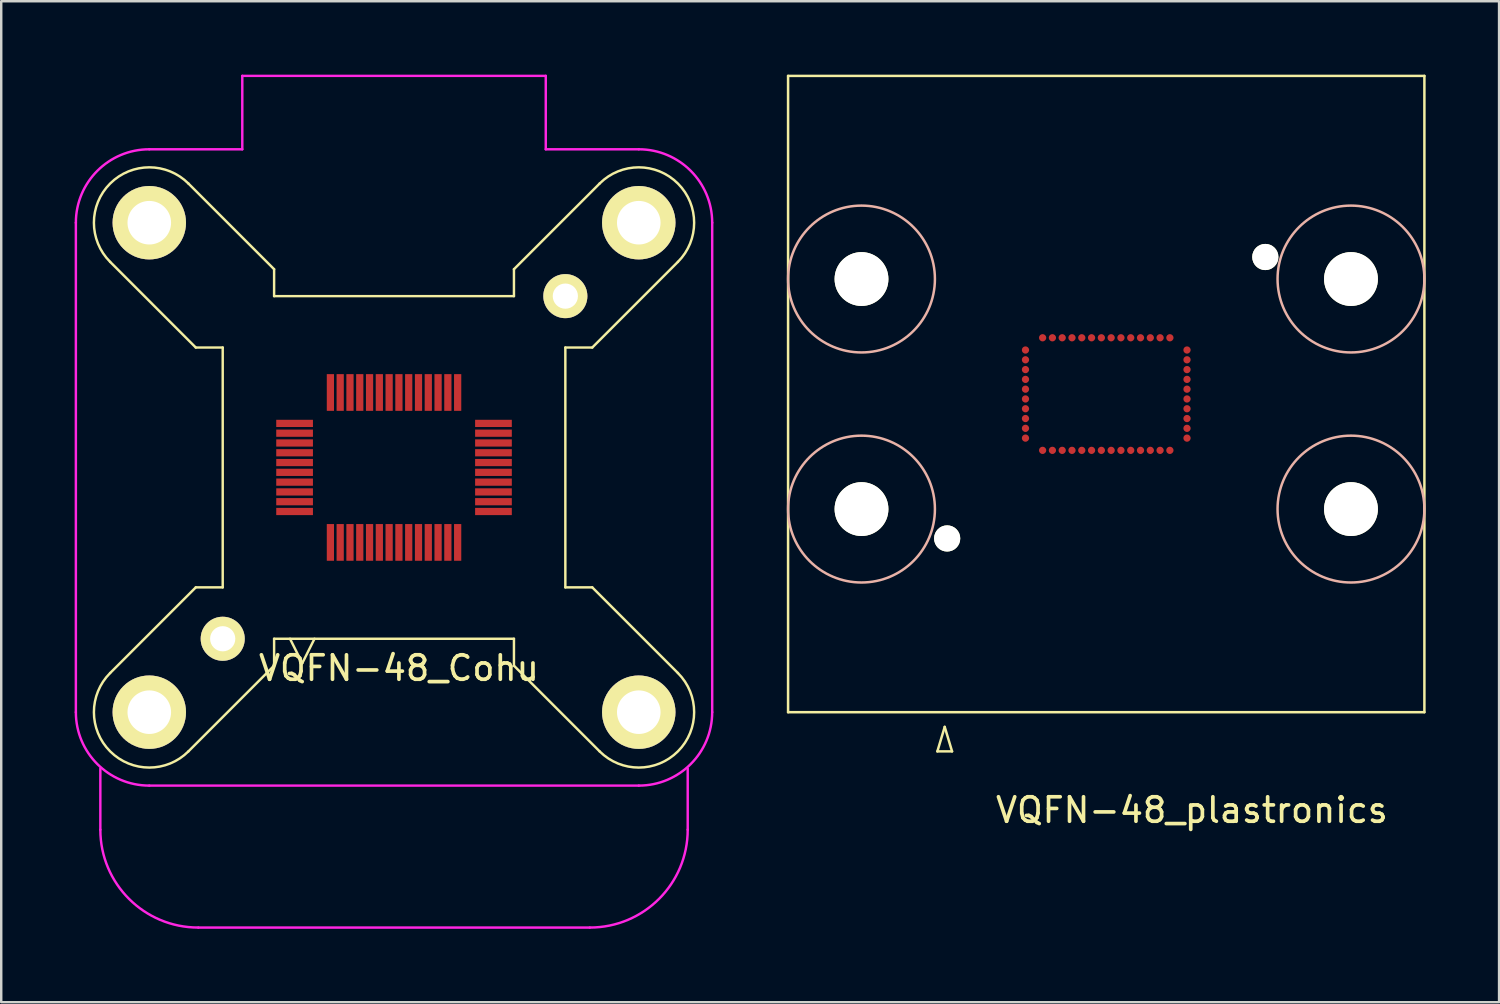
<source format=kicad_pcb>
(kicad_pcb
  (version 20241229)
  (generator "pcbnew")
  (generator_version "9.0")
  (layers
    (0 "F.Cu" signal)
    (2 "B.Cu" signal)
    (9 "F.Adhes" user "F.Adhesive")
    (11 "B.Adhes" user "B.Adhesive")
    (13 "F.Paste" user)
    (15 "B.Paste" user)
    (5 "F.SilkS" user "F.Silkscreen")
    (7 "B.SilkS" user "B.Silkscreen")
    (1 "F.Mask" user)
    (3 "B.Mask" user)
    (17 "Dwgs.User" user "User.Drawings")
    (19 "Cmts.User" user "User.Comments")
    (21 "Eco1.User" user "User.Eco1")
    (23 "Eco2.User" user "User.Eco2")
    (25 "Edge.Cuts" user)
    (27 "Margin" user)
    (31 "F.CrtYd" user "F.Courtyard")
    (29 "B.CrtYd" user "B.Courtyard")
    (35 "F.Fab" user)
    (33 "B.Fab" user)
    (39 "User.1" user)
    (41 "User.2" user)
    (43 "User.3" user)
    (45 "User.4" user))
  (footprint "VQFN-48_Cohu"
    (layer "F.Cu")
    (at 13.05 16.05)
    (property "Reference" "VQFN-48_Cohu" (at 0.2 8.2 0) (layer "F.SilkS") (effects (font (size 1 1) (thickness 0.15))))
    (attr through_hole)
    (fp_line (start -11.6 -8.4) (end -8.1 -4.9) (stroke (width 0.1) (type solid)) (layer "F.SilkS"))
    (fp_line (start -11.6 8.4) (end -8.1 4.9) (stroke (width 0.1) (type solid)) (layer "F.SilkS"))
    (fp_line (start -8.4 -11.6) (end -4.9 -8.1) (stroke (width 0.1) (type solid)) (layer "F.SilkS"))
    (fp_line (start -8.4 11.6) (end -4.9 8.1) (stroke (width 0.1) (type solid)) (layer "F.SilkS"))
    (fp_line (start -8.1 -4.9) (end -7 -4.9) (stroke (width 0.1) (type solid)) (layer "F.SilkS"))
    (fp_line (start -8.1 4.9) (end -7 4.9) (stroke (width 0.1) (type solid)) (layer "F.SilkS"))
    (fp_line (start -7 -4.9) (end -7 4.9) (stroke (width 0.1) (type solid)) (layer "F.SilkS"))
    (fp_line (start -4.9 -8.1) (end -4.9 -7) (stroke (width 0.1) (type solid)) (layer "F.SilkS"))
    (fp_line (start -4.9 -7) (end 4.9 -7) (stroke (width 0.1) (type solid)) (layer "F.SilkS"))
    (fp_line (start -4.9 8.1) (end -4.9 7) (stroke (width 0.1) (type solid)) (layer "F.SilkS"))
    (fp_line (start -4.25 7) (end -3.75 8) (stroke (width 0.1) (type solid)) (layer "F.SilkS"))
    (fp_line (start -3.75 8) (end -3.25 7) (stroke (width 0.1) (type solid)) (layer "F.SilkS"))
    (fp_line (start 4.9 -8.1) (end 4.9 -7) (stroke (width 0.1) (type solid)) (layer "F.SilkS"))
    (fp_line (start 4.9 7) (end -4.9 7) (stroke (width 0.1) (type solid)) (layer "F.SilkS"))
    (fp_line (start 4.9 8.1) (end 4.9 7) (stroke (width 0.1) (type solid)) (layer "F.SilkS"))
    (fp_line (start 7 -4.9) (end 7 4.9) (stroke (width 0.1) (type solid)) (layer "F.SilkS"))
    (fp_line (start 8.1 -4.9) (end 7 -4.9) (stroke (width 0.1) (type solid)) (layer "F.SilkS"))
    (fp_line (start 8.1 4.9) (end 7 4.9) (stroke (width 0.1) (type solid)) (layer "F.SilkS"))
    (fp_line (start 8.4 -11.6) (end 4.9 -8.1) (stroke (width 0.1) (type solid)) (layer "F.SilkS"))
    (fp_line (start 8.4 11.6) (end 4.9 8.1) (stroke (width 0.1) (type solid)) (layer "F.SilkS"))
    (fp_line (start 11.6 -8.4) (end 8.1 -4.9) (stroke (width 0.1) (type solid)) (layer "F.SilkS"))
    (fp_line (start 11.6 8.4) (end 8.1 4.9) (stroke (width 0.1) (type solid)) (layer "F.SilkS"))
    (fp_arc (start -11.6 -8.4) (mid -11.6 -11.6) (end -8.4 -11.6) (stroke (width 0.1) (type solid)) (layer "F.SilkS"))
    (fp_arc (start -8.4 11.6) (mid -11.6 11.6) (end -11.6 8.4) (stroke (width 0.1) (type solid)) (layer "F.SilkS"))
    (fp_arc (start 8.4 -11.6) (mid 11.6 -11.6) (end 11.6 -8.4) (stroke (width 0.1) (type solid)) (layer "F.SilkS"))
    (fp_arc (start 11.6 8.4) (mid 11.6 11.6) (end 8.4 11.6) (stroke (width 0.1) (type solid)) (layer "F.SilkS"))
    (fp_line (start -13 10) (end -13 -10) (stroke (width 0.1) (type solid)) (layer "F.CrtYd"))
    (fp_line (start -12 14.8) (end -12 12.3) (stroke (width 0.1) (type solid)) (layer "F.CrtYd"))
    (fp_line (start -10 -13) (end -6.2 -13) (stroke (width 0.1) (type solid)) (layer "F.CrtYd"))
    (fp_line (start -6.2 -16) (end 6.2 -16) (stroke (width 0.1) (type solid)) (layer "F.CrtYd"))
    (fp_line (start -6.2 -13) (end -6.2 -16) (stroke (width 0.1) (type solid)) (layer "F.CrtYd"))
    (fp_line (start 6.2 -16) (end 6.2 -13) (stroke (width 0.1) (type solid)) (layer "F.CrtYd"))
    (fp_line (start 6.2 -13) (end 10 -13) (stroke (width 0.1) (type solid)) (layer "F.CrtYd"))
    (fp_line (start 8 18.8) (end -8 18.8) (stroke (width 0.1) (type solid)) (layer "F.CrtYd"))
    (fp_line (start 10 13) (end -10 13) (stroke (width 0.1) (type solid)) (layer "F.CrtYd"))
    (fp_line (start 12 14.8) (end 12 12.3) (stroke (width 0.1) (type solid)) (layer "F.CrtYd"))
    (fp_line (start 13 -10) (end 13 10) (stroke (width 0.1) (type solid)) (layer "F.CrtYd"))
    (fp_arc (start -13 -10) (mid -12.12132 -12.12132) (end -10 -13) (stroke (width 0.1) (type solid)) (layer "F.CrtYd"))
    (fp_arc (start -10 13) (mid -12.12132 12.12132) (end -13 10) (stroke (width 0.1) (type solid)) (layer "F.CrtYd"))
    (fp_arc (start -8 18.8) (mid -10.828427 17.628427) (end -12 14.8) (stroke (width 0.1) (type solid)) (layer "F.CrtYd"))
    (fp_arc (start 10 -13) (mid 12.12132 -12.12132) (end 13 -10) (stroke (width 0.1) (type solid)) (layer "F.CrtYd"))
    (fp_arc (start 12 14.8) (mid 10.828427 17.628427) (end 8 18.8) (stroke (width 0.1) (type solid)) (layer "F.CrtYd"))
    (fp_arc (start 13 10) (mid 12.12132 12.12132) (end 10 13) (stroke (width 0.1) (type solid)) (layer "F.CrtYd"))
    (pad "0" thru_hole circle (at -10 -10 180) (size 3 3) (drill 1.78) (layers "*.Cu" "*.Mask" "F.SilkS"))
    (pad "0" thru_hole circle (at -10 10 180) (size 3 3) (drill 1.78) (layers "*.Cu" "*.Mask" "F.SilkS"))
    (pad "0" thru_hole circle (at -7 7 180) (size 1.8 1.8) (drill 1.03) (layers "*.Cu" "*.Mask" "F.SilkS"))
    (pad "0" thru_hole circle (at 7 -7 180) (size 1.8 1.8) (drill 1.03) (layers "*.Cu" "*.Mask" "F.SilkS"))
    (pad "0" thru_hole circle (at 10 -10 180) (size 3 3) (drill 1.78) (layers "*.Cu" "*.Mask" "F.SilkS"))
    (pad "0" thru_hole circle (at 10 10 180) (size 3 3) (drill 1.78) (layers "*.Cu" "*.Mask" "F.SilkS"))
    (pad "1" smd rect (at -2.6 3.063 90) (size 1.5 0.295) (layers "F.Cu" "F.Mask" "F.Paste"))
    (pad "2" smd rect (at -2.2 3.063 90) (size 1.5 0.295) (layers "F.Cu" "F.Mask" "F.Paste"))
    (pad "3" smd rect (at -1.8 3.063 90) (size 1.5 0.295) (layers "F.Cu" "F.Mask" "F.Paste"))
    (pad "4" smd rect (at -1.4 3.063 90) (size 1.5 0.295) (layers "F.Cu" "F.Mask" "F.Paste"))
    (pad "5" smd rect (at -1 3.063 90) (size 1.5 0.295) (layers "F.Cu" "F.Mask" "F.Paste"))
    (pad "6" smd rect (at -0.6 3.063 90) (size 1.5 0.295) (layers "F.Cu" "F.Mask" "F.Paste"))
    (pad "7" smd rect (at -0.2 3.063 90) (size 1.5 0.295) (layers "F.Cu" "F.Mask" "F.Paste"))
    (pad "8" smd rect (at 0.2 3.063 90) (size 1.5 0.295) (layers "F.Cu" "F.Mask" "F.Paste"))
    (pad "9" smd rect (at 0.6 3.063 90) (size 1.5 0.295) (layers "F.Cu" "F.Mask" "F.Paste"))
    (pad "10" smd rect (at 1 3.063 90) (size 1.5 0.295) (layers "F.Cu" "F.Mask" "F.Paste"))
    (pad "11" smd rect (at 1.4 3.063 90) (size 1.5 0.295) (layers "F.Cu" "F.Mask" "F.Paste"))
    (pad "12" smd rect (at 1.8 3.063 90) (size 1.5 0.295) (layers "F.Cu" "F.Mask" "F.Paste"))
    (pad "13" smd rect (at 2.2 3.063 90) (size 1.5 0.295) (layers "F.Cu" "F.Mask" "F.Paste"))
    (pad "14" smd rect (at 2.6 3.063 90) (size 1.5 0.295) (layers "F.Cu" "F.Mask" "F.Paste"))
    (pad "15" smd rect (at 4.063 1.8 180) (size 1.5 0.295) (layers "F.Cu" "F.Mask" "F.Paste"))
    (pad "16" smd rect (at 4.063 1.4 180) (size 1.5 0.295) (layers "F.Cu" "F.Mask" "F.Paste"))
    (pad "17" smd rect (at 4.063 1 180) (size 1.5 0.295) (layers "F.Cu" "F.Mask" "F.Paste"))
    (pad "18" smd rect (at 4.063 0.6 180) (size 1.5 0.295) (layers "F.Cu" "F.Mask" "F.Paste"))
    (pad "19" smd rect (at 4.063 0.2 180) (size 1.5 0.295) (layers "F.Cu" "F.Mask" "F.Paste"))
    (pad "20" smd rect (at 4.063 -0.2 180) (size 1.5 0.295) (layers "F.Cu" "F.Mask" "F.Paste"))
    (pad "21" smd rect (at 4.063 -0.6 180) (size 1.5 0.295) (layers "F.Cu" "F.Mask" "F.Paste"))
    (pad "22" smd rect (at 4.063 -1 180) (size 1.5 0.295) (layers "F.Cu" "F.Mask" "F.Paste"))
    (pad "23" smd rect (at 4.063 -1.4 180) (size 1.5 0.295) (layers "F.Cu" "F.Mask" "F.Paste"))
    (pad "24" smd rect (at 4.063 -1.8 180) (size 1.5 0.295) (layers "F.Cu" "F.Mask" "F.Paste"))
    (pad "25" smd rect (at 2.6 -3.063 90) (size 1.5 0.295) (layers "F.Cu" "F.Mask" "F.Paste"))
    (pad "26" smd rect (at 2.2 -3.063 90) (size 1.5 0.295) (layers "F.Cu" "F.Mask" "F.Paste"))
    (pad "27" smd rect (at 1.8 -3.063 90) (size 1.5 0.295) (layers "F.Cu" "F.Mask" "F.Paste"))
    (pad "28" smd rect (at 1.4 -3.063 90) (size 1.5 0.295) (layers "F.Cu" "F.Mask" "F.Paste"))
    (pad "29" smd rect (at 1 -3.063 90) (size 1.5 0.295) (layers "F.Cu" "F.Mask" "F.Paste"))
    (pad "30" smd rect (at 0.6 -3.063 90) (size 1.5 0.295) (layers "F.Cu" "F.Mask" "F.Paste"))
    (pad "31" smd rect (at 0.2 -3.063 90) (size 1.5 0.295) (layers "F.Cu" "F.Mask" "F.Paste"))
    (pad "32" smd rect (at -0.2 -3.063 90) (size 1.5 0.295) (layers "F.Cu" "F.Mask" "F.Paste"))
    (pad "33" smd rect (at -0.6 -3.063 90) (size 1.5 0.295) (layers "F.Cu" "F.Mask" "F.Paste"))
    (pad "34" smd rect (at -1 -3.063 90) (size 1.5 0.295) (layers "F.Cu" "F.Mask" "F.Paste"))
    (pad "35" smd rect (at -1.4 -3.063 90) (size 1.5 0.295) (layers "F.Cu" "F.Mask" "F.Paste"))
    (pad "36" smd rect (at -1.8 -3.063 90) (size 1.5 0.295) (layers "F.Cu" "F.Mask" "F.Paste"))
    (pad "37" smd rect (at -2.2 -3.063 90) (size 1.5 0.295) (layers "F.Cu" "F.Mask" "F.Paste"))
    (pad "38" smd rect (at -2.6 -3.063 90) (size 1.5 0.295) (layers "F.Cu" "F.Mask" "F.Paste"))
    (pad "39" smd rect (at -4.063 -1.8 180) (size 1.5 0.295) (layers "F.Cu" "F.Mask" "F.Paste"))
    (pad "40" smd rect (at -4.063 -1.4 180) (size 1.5 0.295) (layers "F.Cu" "F.Mask" "F.Paste"))
    (pad "41" smd rect (at -4.063 -1 180) (size 1.5 0.295) (layers "F.Cu" "F.Mask" "F.Paste"))
    (pad "42" smd rect (at -4.063 -0.6 180) (size 1.5 0.295) (layers "F.Cu" "F.Mask" "F.Paste"))
    (pad "43" smd rect (at -4.063 -0.2 180) (size 1.5 0.295) (layers "F.Cu" "F.Mask" "F.Paste"))
    (pad "44" smd rect (at -4.063 0.2 180) (size 1.5 0.295) (layers "F.Cu" "F.Mask" "F.Paste"))
    (pad "45" smd rect (at -4.063 0.6 180) (size 1.5 0.295) (layers "F.Cu" "F.Mask" "F.Paste"))
    (pad "46" smd rect (at -4.063 1 180) (size 1.5 0.295) (layers "F.Cu" "F.Mask" "F.Paste"))
    (pad "47" smd rect (at -4.063 1.4 180) (size 1.5 0.295) (layers "F.Cu" "F.Mask" "F.Paste"))
    (pad "48" smd rect (at -4.063 1.8 180) (size 1.5 0.295) (layers "F.Cu" "F.Mask" "F.Paste")))
  (footprint "VQFN-48_plastronics"
    (layer "F.Cu")
    (at 42.151 13.051)
    (property "Reference" "VQFN-48_plastronics" (at 3.5 17 0) (layer "F.SilkS") (effects (font (size 1 1) (thickness 0.15))))
    (attr through_hole)
    (fp_line (start -13 -13) (end -13 13) (stroke (width 0.102) (type solid)) (layer "F.SilkS"))
    (fp_line (start -13 13) (end 13 13) (stroke (width 0.102) (type solid)) (layer "F.SilkS"))
    (fp_line (start -6.9 14.6) (end -6.3 14.6) (stroke (width 0.102) (type solid)) (layer "F.SilkS"))
    (fp_line (start -6.6 13.6) (end -6.9 14.6) (stroke (width 0.102) (type solid)) (layer "F.SilkS"))
    (fp_line (start -6.3 14.6) (end -6.6 13.6) (stroke (width 0.102) (type solid)) (layer "F.SilkS"))
    (fp_line (start 13 -13) (end -13 -13) (stroke (width 0.102) (type solid)) (layer "F.SilkS"))
    (fp_line (start 13 13) (end 13 -13) (stroke (width 0.102) (type solid)) (layer "F.SilkS"))
    (fp_circle (center -10 -4.7) (end -13 -4.7) (stroke (width 0.102) (type solid)) (fill no) (layer "B.SilkS"))
    (fp_circle (center -10 4.7) (end -13 4.7) (stroke (width 0.102) (type solid)) (fill no) (layer "B.SilkS"))
    (fp_circle (center 10 -4.7) (end 13 -4.7) (stroke (width 0.102) (type solid)) (fill no) (layer "B.SilkS"))
    (fp_circle (center 10 4.7) (end 13 4.7) (stroke (width 0.102) (type solid)) (fill no) (layer "B.SilkS"))
    (pad "" np_thru_hole circle (at -10 -4.7) (size 2.2 2.2) (drill 2.2) (layers "*.Cu" "*.Mask" "F.SilkS"))
    (pad "" np_thru_hole circle (at -10 4.7) (size 2.2 2.2) (drill 2.2) (layers "*.Cu" "*.Mask" "F.SilkS"))
    (pad "" np_thru_hole circle (at -6.5 5.9) (size 1.07 1.07) (drill 1.07) (layers "*.Cu" "*.Mask" "F.SilkS"))
    (pad "" np_thru_hole circle (at 6.5 -5.6) (size 1.07 1.07) (drill 1.07) (layers "*.Cu" "*.Mask" "F.SilkS"))
    (pad "" np_thru_hole circle (at 10 -4.7) (size 2.2 2.2) (drill 2.2) (layers "*.Cu" "*.Mask" "F.SilkS"))
    (pad "" np_thru_hole circle (at 10 4.7) (size 2.2 2.2) (drill 2.2) (layers "*.Cu" "*.Mask" "F.SilkS"))
    (pad "1" smd circle (at -2.6 2.3) (size 0.297 0.297) (layers "F.Cu" "F.Mask" "F.Paste"))
    (pad "2" smd circle (at -2.2 2.3) (size 0.297 0.297) (layers "F.Cu" "F.Mask" "F.Paste"))
    (pad "3" smd circle (at -1.8 2.3) (size 0.297 0.297) (layers "F.Cu" "F.Mask" "F.Paste"))
    (pad "4" smd circle (at -1.4 2.3) (size 0.297 0.297) (layers "F.Cu" "F.Mask" "F.Paste"))
    (pad "5" smd circle (at -1 2.3) (size 0.297 0.297) (layers "F.Cu" "F.Mask" "F.Paste"))
    (pad "6" smd circle (at -0.6 2.3) (size 0.297 0.297) (layers "F.Cu" "F.Mask" "F.Paste"))
    (pad "7" smd circle (at -0.2 2.3) (size 0.297 0.297) (layers "F.Cu" "F.Mask" "F.Paste"))
    (pad "8" smd circle (at 0.2 2.3) (size 0.297 0.297) (layers "F.Cu" "F.Mask" "F.Paste"))
    (pad "9" smd circle (at 0.6 2.3) (size 0.297 0.297) (layers "F.Cu" "F.Mask" "F.Paste"))
    (pad "10" smd circle (at 1 2.3) (size 0.297 0.297) (layers "F.Cu" "F.Mask" "F.Paste"))
    (pad "11" smd circle (at 1.4 2.3) (size 0.297 0.297) (layers "F.Cu" "F.Mask" "F.Paste"))
    (pad "12" smd circle (at 1.8 2.3) (size 0.297 0.297) (layers "F.Cu" "F.Mask" "F.Paste"))
    (pad "13" smd circle (at 2.2 2.3) (size 0.297 0.297) (layers "F.Cu" "F.Mask" "F.Paste"))
    (pad "14" smd circle (at 2.6 2.3) (size 0.297 0.297) (layers "F.Cu" "F.Mask" "F.Paste"))
    (pad "15" smd circle (at 3.3 1.8) (size 0.297 0.297) (layers "F.Cu" "F.Mask" "F.Paste"))
    (pad "16" smd circle (at 3.3 1.4) (size 0.297 0.297) (layers "F.Cu" "F.Mask" "F.Paste"))
    (pad "17" smd circle (at 3.3 1) (size 0.297 0.297) (layers "F.Cu" "F.Mask" "F.Paste"))
    (pad "18" smd circle (at 3.3 0.6) (size 0.297 0.297) (layers "F.Cu" "F.Mask" "F.Paste"))
    (pad "19" smd circle (at 3.3 0.2) (size 0.297 0.297) (layers "F.Cu" "F.Mask" "F.Paste"))
    (pad "20" smd circle (at 3.3 -0.2) (size 0.297 0.297) (layers "F.Cu" "F.Mask" "F.Paste"))
    (pad "21" smd circle (at 3.3 -0.6) (size 0.297 0.297) (layers "F.Cu" "F.Mask" "F.Paste"))
    (pad "22" smd circle (at 3.3 -1) (size 0.297 0.297) (layers "F.Cu" "F.Mask" "F.Paste"))
    (pad "23" smd circle (at 3.3 -1.4) (size 0.297 0.297) (layers "F.Cu" "F.Mask" "F.Paste"))
    (pad "24" smd circle (at 3.3 -1.8) (size 0.297 0.297) (layers "F.Cu" "F.Mask" "F.Paste"))
    (pad "25" smd circle (at 2.6 -2.3) (size 0.297 0.297) (layers "F.Cu" "F.Mask" "F.Paste"))
    (pad "26" smd circle (at 2.2 -2.3) (size 0.297 0.297) (layers "F.Cu" "F.Mask" "F.Paste"))
    (pad "27" smd circle (at 1.8 -2.3) (size 0.297 0.297) (layers "F.Cu" "F.Mask" "F.Paste"))
    (pad "28" smd circle (at 1.4 -2.3) (size 0.297 0.297) (layers "F.Cu" "F.Mask" "F.Paste"))
    (pad "29" smd circle (at 1 -2.3) (size 0.297 0.297) (layers "F.Cu" "F.Mask" "F.Paste"))
    (pad "30" smd circle (at 0.6 -2.3) (size 0.297 0.297) (layers "F.Cu" "F.Mask" "F.Paste"))
    (pad "31" smd circle (at 0.2 -2.3) (size 0.297 0.297) (layers "F.Cu" "F.Mask" "F.Paste"))
    (pad "32" smd circle (at -0.2 -2.3) (size 0.297 0.297) (layers "F.Cu" "F.Mask" "F.Paste"))
    (pad "33" smd circle (at -0.6 -2.3) (size 0.297 0.297) (layers "F.Cu" "F.Mask" "F.Paste"))
    (pad "34" smd circle (at -1 -2.3) (size 0.297 0.297) (layers "F.Cu" "F.Mask" "F.Paste"))
    (pad "35" smd circle (at -1.4 -2.3) (size 0.297 0.297) (layers "F.Cu" "F.Mask" "F.Paste"))
    (pad "36" smd circle (at -1.8 -2.3) (size 0.297 0.297) (layers "F.Cu" "F.Mask" "F.Paste"))
    (pad "37" smd circle (at -2.2 -2.3) (size 0.297 0.297) (layers "F.Cu" "F.Mask" "F.Paste"))
    (pad "38" smd circle (at -2.6 -2.3) (size 0.297 0.297) (layers "F.Cu" "F.Mask" "F.Paste"))
    (pad "39" smd circle (at -3.3 -1.8) (size 0.297 0.297) (layers "F.Cu" "F.Mask" "F.Paste"))
    (pad "40" smd circle (at -3.3 -1.4) (size 0.297 0.297) (layers "F.Cu" "F.Mask" "F.Paste"))
    (pad "41" smd circle (at -3.3 -1) (size 0.297 0.297) (layers "F.Cu" "F.Mask" "F.Paste"))
    (pad "42" smd circle (at -3.3 -0.6) (size 0.297 0.297) (layers "F.Cu" "F.Mask" "F.Paste"))
    (pad "43" smd circle (at -3.3 -0.2) (size 0.297 0.297) (layers "F.Cu" "F.Mask" "F.Paste"))
    (pad "44" smd circle (at -3.3 0.2) (size 0.297 0.297) (layers "F.Cu" "F.Mask" "F.Paste"))
    (pad "45" smd circle (at -3.3 0.6) (size 0.297 0.297) (layers "F.Cu" "F.Mask" "F.Paste"))
    (pad "46" smd circle (at -3.3 1) (size 0.297 0.297) (layers "F.Cu" "F.Mask" "F.Paste"))
    (pad "47" smd circle (at -3.3 1.4) (size 0.297 0.297) (layers "F.Cu" "F.Mask" "F.Paste"))
    (pad "48" smd circle (at -3.3 1.8) (size 0.297 0.297) (layers "F.Cu" "F.Mask" "F.Paste")))
  (gr_rect
    (start -3 -3)
    (end 58.202 37.9)
    (stroke (width 0.1) (type default))
    (fill no)
    (layer "Edge.Cuts")))
</source>
